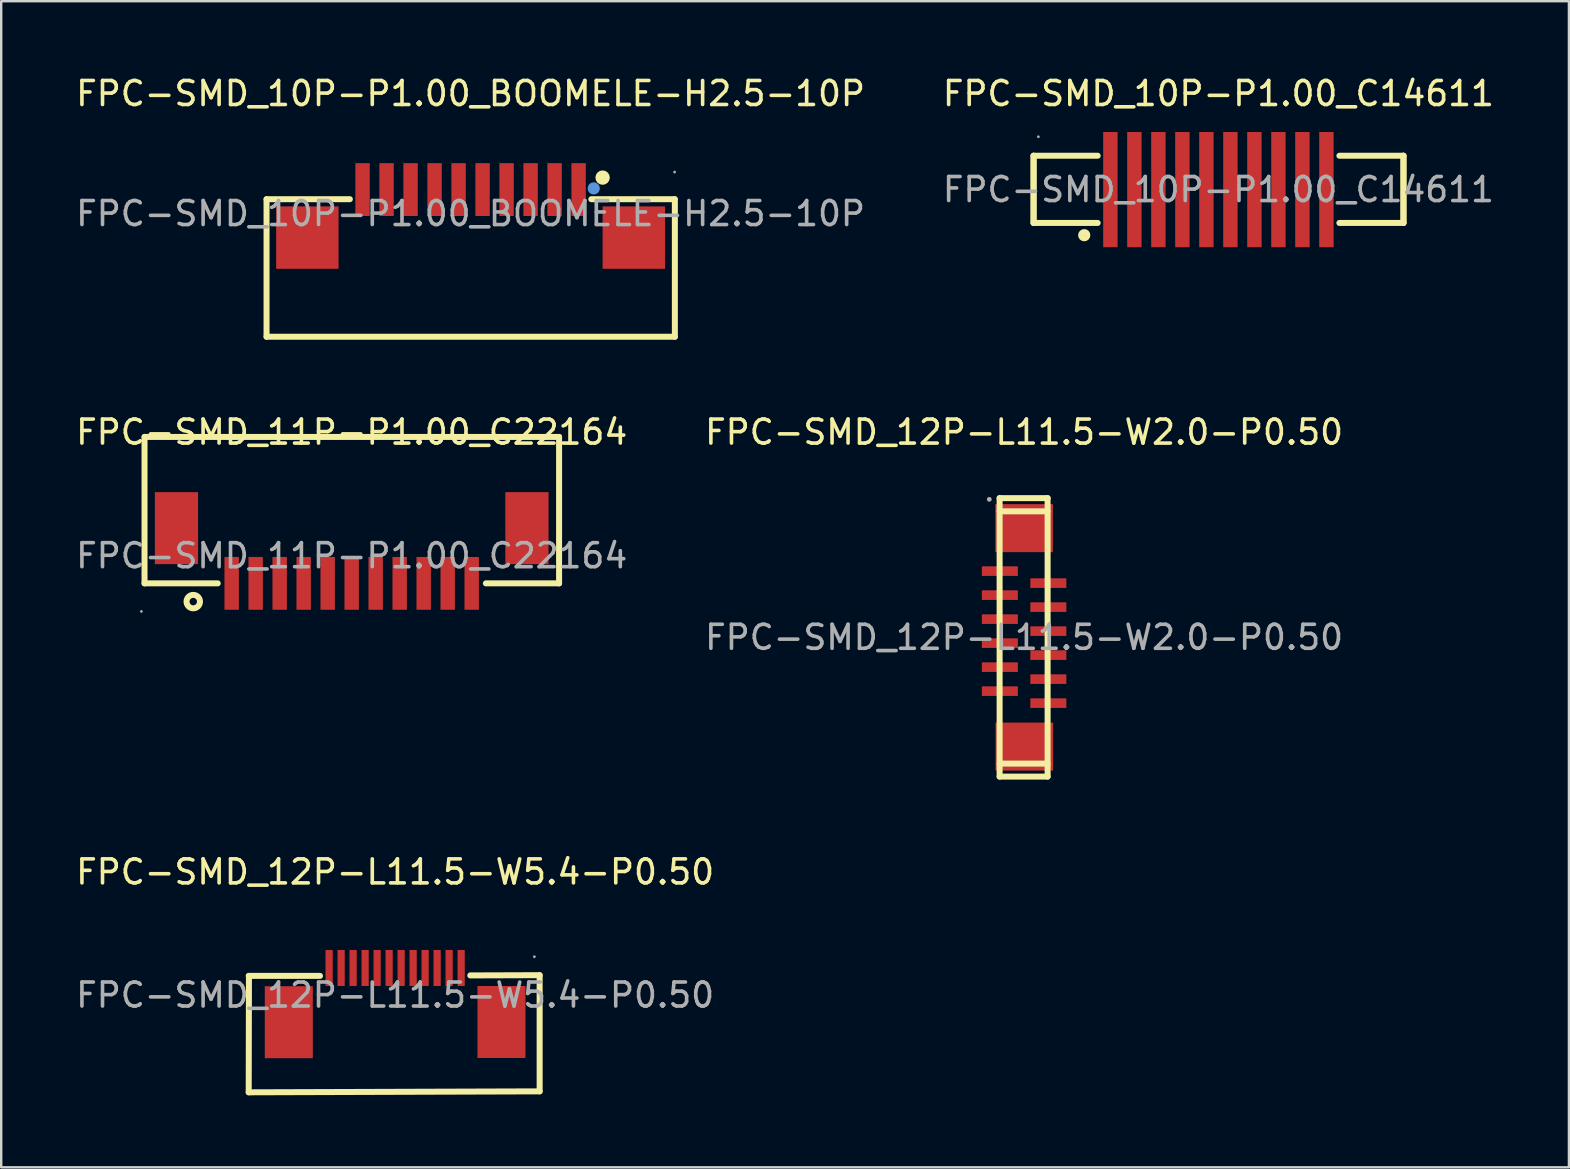
<source format=kicad_pcb>
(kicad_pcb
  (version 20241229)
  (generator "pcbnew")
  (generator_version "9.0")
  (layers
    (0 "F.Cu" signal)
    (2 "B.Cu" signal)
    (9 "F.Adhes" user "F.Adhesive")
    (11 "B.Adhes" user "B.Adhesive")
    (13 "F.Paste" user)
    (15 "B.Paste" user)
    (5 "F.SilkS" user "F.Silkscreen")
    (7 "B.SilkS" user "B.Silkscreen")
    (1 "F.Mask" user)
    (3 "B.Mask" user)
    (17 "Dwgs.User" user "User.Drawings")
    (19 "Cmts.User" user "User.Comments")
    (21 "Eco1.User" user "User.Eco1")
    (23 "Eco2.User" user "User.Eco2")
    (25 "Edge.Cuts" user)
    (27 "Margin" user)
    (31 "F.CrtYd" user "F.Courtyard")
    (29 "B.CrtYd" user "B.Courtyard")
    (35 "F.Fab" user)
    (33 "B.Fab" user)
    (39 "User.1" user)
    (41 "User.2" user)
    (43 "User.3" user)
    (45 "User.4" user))
  (footprint "FPC-SMD_12P-L11.5-W2.0-P0.50"
    (layer "F.Cu")
    (at 39.613 23.502)
    (property "Reference" "FPC-SMD_12P-L11.5-W2.0-P0.50" (at 0 -8.55 0) (layer "F.SilkS") (effects (font (size 1 1) (thickness 0.15))))
    (attr through_hole)
    (fp_line (start -1.02 -5.8) (end -1.02 5.8) (stroke (width 0.25) (type solid)) (layer "F.SilkS"))
    (fp_line (start -1.02 5.8) (end 0.98 5.8) (stroke (width 0.25) (type solid)) (layer "F.SilkS"))
    (fp_line (start 0.98 -5.8) (end -1.02 -5.8) (stroke (width 0.25) (type solid)) (layer "F.SilkS"))
    (fp_line (start 0.98 -5.25) (end -1.02 -5.25) (stroke (width 0.25) (type solid)) (layer "F.SilkS"))
    (fp_line (start 0.98 5.26) (end -1.02 5.26) (stroke (width 0.25) (type solid)) (layer "F.SilkS"))
    (fp_line (start 0.98 5.8) (end 0.98 -5.8) (stroke (width 0.25) (type solid)) (layer "F.SilkS"))
    (fp_circle (center -1.45 -5.75) (end -1.4 -5.75) (stroke (width 0.1) (type solid)) (fill no) (layer "F.Fab"))
    (fp_text user "${REFERENCE}" (at 0 0 0) (layer "F.Fab") (effects (font (size 1 1) (thickness 0.15))))
    (pad "1" smd rect (at -1.01 -2.76 270) (size 0.4 1.5) (layers "F.Cu" "F.Mask" "F.Paste"))
    (pad "2" smd rect (at 1.01 -2.26 270) (size 0.4 1.5) (layers "F.Cu" "F.Mask" "F.Paste"))
    (pad "3" smd rect (at -1.01 -1.76 270) (size 0.4 1.5) (layers "F.Cu" "F.Mask" "F.Paste"))
    (pad "4" smd rect (at 1.01 -1.26 270) (size 0.4 1.5) (layers "F.Cu" "F.Mask" "F.Paste"))
    (pad "5" smd rect (at -1.01 -0.76 270) (size 0.4 1.5) (layers "F.Cu" "F.Mask" "F.Paste"))
    (pad "6" smd rect (at 1.01 -0.26 270) (size 0.4 1.5) (layers "F.Cu" "F.Mask" "F.Paste"))
    (pad "7" smd rect (at -1.01 0.24 270) (size 0.4 1.5) (layers "F.Cu" "F.Mask" "F.Paste"))
    (pad "8" smd rect (at 1.01 0.74 270) (size 0.4 1.5) (layers "F.Cu" "F.Mask" "F.Paste"))
    (pad "9" smd rect (at -1.01 1.24 270) (size 0.4 1.5) (layers "F.Cu" "F.Mask" "F.Paste"))
    (pad "10" smd rect (at 1.01 1.74 270) (size 0.4 1.5) (layers "F.Cu" "F.Mask" "F.Paste"))
    (pad "11" smd rect (at -1.01 2.24 270) (size 0.4 1.5) (layers "F.Cu" "F.Mask" "F.Paste"))
    (pad "12" smd rect (at 1.01 2.74 270) (size 0.4 1.5) (layers "F.Cu" "F.Mask" "F.Paste"))
    (pad "13" smd rect (at 0.01 4.55 270) (size 2 2.4) (layers "F.Cu" "F.Mask" "F.Paste"))
    (pad "14" smd rect (at 0 -4.55 270) (size 2 2.4) (layers "F.Cu" "F.Mask" "F.Paste")))
  (footprint "FPC-SMD_12P-L11.5-W5.4-P0.50"
    (layer "F.Cu")
    (at 13.411 38.405)
    (property "Reference" "FPC-SMD_12P-L11.5-W5.4-P0.50" (at 0 -5.13 0) (layer "F.SilkS") (effects (font (size 1 1) (thickness 0.15))))
    (attr through_hole)
    (fp_line (start -6.1 4.05) (end 6.02 4.01) (stroke (width 0.25) (type solid)) (layer "F.SilkS"))
    (fp_line (start -6.09 -0.8) (end -6.1 4.05) (stroke (width 0.25) (type solid)) (layer "F.SilkS"))
    (fp_line (start -3.13 -0.8) (end -6.1 -0.8) (stroke (width 0.25) (type solid)) (layer "F.SilkS"))
    (fp_line (start 6.02 -0.83) (end 3.13 -0.82) (stroke (width 0.25) (type solid)) (layer "F.SilkS"))
    (fp_line (start 6.02 4.01) (end 6.02 -0.83) (stroke (width 0.25) (type solid)) (layer "F.SilkS"))
    (fp_circle (center 5.8 -1.6) (end 5.83 -1.6) (stroke (width 0.06) (type solid)) (fill no) (layer "F.Fab"))
    (fp_text user "${REFERENCE}" (at 0 0 0) (layer "F.Fab") (effects (font (size 1 1) (thickness 0.15))))
    (pad "1" smd rect (at 2.75 -1.13 180) (size 0.3 1.5) (layers "F.Cu" "F.Mask" "F.Paste"))
    (pad "2" smd rect (at 2.25 -1.13 180) (size 0.3 1.5) (layers "F.Cu" "F.Mask" "F.Paste"))
    (pad "3" smd rect (at 1.75 -1.13 180) (size 0.3 1.5) (layers "F.Cu" "F.Mask" "F.Paste"))
    (pad "4" smd rect (at 1.25 -1.13 180) (size 0.3 1.5) (layers "F.Cu" "F.Mask" "F.Paste"))
    (pad "5" smd rect (at 0.75 -1.13 180) (size 0.3 1.5) (layers "F.Cu" "F.Mask" "F.Paste"))
    (pad "6" smd rect (at 0.25 -1.13 180) (size 0.3 1.5) (layers "F.Cu" "F.Mask" "F.Paste"))
    (pad "7" smd rect (at -0.25 -1.13 180) (size 0.3 1.5) (layers "F.Cu" "F.Mask" "F.Paste"))
    (pad "8" smd rect (at -0.75 -1.13 180) (size 0.3 1.5) (layers "F.Cu" "F.Mask" "F.Paste"))
    (pad "9" smd rect (at -1.25 -1.13 180) (size 0.3 1.5) (layers "F.Cu" "F.Mask" "F.Paste"))
    (pad "10" smd rect (at -1.75 -1.13 180) (size 0.3 1.5) (layers "F.Cu" "F.Mask" "F.Paste"))
    (pad "11" smd rect (at -2.25 -1.13 180) (size 0.3 1.5) (layers "F.Cu" "F.Mask" "F.Paste"))
    (pad "12" smd rect (at -2.75 -1.13 180) (size 0.3 1.5) (layers "F.Cu" "F.Mask" "F.Paste"))
    (pad "13" smd rect (at 4.43 1.12 180) (size 2 3) (layers "F.Cu" "F.Mask" "F.Paste"))
    (pad "14" smd rect (at -4.43 1.13) (size 2 3) (layers "F.Cu" "F.Mask" "F.Paste")))
  (footprint "FPC-SMD_10P-P1.00_C14611"
    (layer "F.Cu")
    (at 47.708 4.848)
    (property "Reference" "FPC-SMD_10P-P1.00_C14611" (at 0 -4 0) (layer "F.SilkS") (effects (font (size 1 1) (thickness 0.15))))
    (attr through_hole)
    (fp_line (start -7.7 -1.41) (end -7.7 1.39) (stroke (width 0.25) (type solid)) (layer "F.SilkS"))
    (fp_line (start -7.7 -1.41) (end -5.03 -1.41) (stroke (width 0.25) (type solid)) (layer "F.SilkS"))
    (fp_line (start -7.7 1.39) (end -7.7 -1.41) (stroke (width 0.25) (type solid)) (layer "F.SilkS"))
    (fp_line (start -5.03 1.39) (end -7.7 1.39) (stroke (width 0.25) (type solid)) (layer "F.SilkS"))
    (fp_line (start 5.04 -1.41) (end 7.71 -1.41) (stroke (width 0.25) (type solid)) (layer "F.SilkS"))
    (fp_line (start 7.71 -1.41) (end 7.71 1.39) (stroke (width 0.25) (type solid)) (layer "F.SilkS"))
    (fp_line (start 7.71 1.39) (end 5.04 1.39) (stroke (width 0.25) (type solid)) (layer "F.SilkS"))
    (fp_line (start 7.71 1.39) (end 7.71 -1.41) (stroke (width 0.25) (type solid)) (layer "F.SilkS"))
    (fp_circle (center -5.59 1.9) (end -5.46 1.9) (stroke (width 0.25) (type solid)) (fill no) (layer "F.SilkS"))
    (fp_circle (center -7.5 -2.2) (end -7.47 -2.2) (stroke (width 0.06) (type solid)) (fill no) (layer "F.Fab"))
    (fp_text user "${REFERENCE}" (at 0 0 0) (layer "F.Fab") (effects (font (size 1 1) (thickness 0.15))))
    (pad "1" smd rect (at -4.5 0) (size 0.6 4.8) (layers "F.Cu" "F.Mask" "F.Paste"))
    (pad "2" smd rect (at -3.5 0) (size 0.6 4.8) (layers "F.Cu" "F.Mask" "F.Paste"))
    (pad "3" smd rect (at -2.5 0) (size 0.6 4.8) (layers "F.Cu" "F.Mask" "F.Paste"))
    (pad "4" smd rect (at -1.5 0) (size 0.6 4.8) (layers "F.Cu" "F.Mask" "F.Paste"))
    (pad "5" smd rect (at -0.5 0) (size 0.6 4.8) (layers "F.Cu" "F.Mask" "F.Paste"))
    (pad "6" smd rect (at 0.5 0) (size 0.6 4.8) (layers "F.Cu" "F.Mask" "F.Paste"))
    (pad "7" smd rect (at 1.5 0) (size 0.6 4.8) (layers "F.Cu" "F.Mask" "F.Paste"))
    (pad "8" smd rect (at 2.5 0) (size 0.6 4.8) (layers "F.Cu" "F.Mask" "F.Paste"))
    (pad "9" smd rect (at 3.5 0) (size 0.6 4.8) (layers "F.Cu" "F.Mask" "F.Paste"))
    (pad "10" smd rect (at 4.5 0) (size 0.6 4.8) (layers "F.Cu" "F.Mask" "F.Paste")))
  (footprint "FPC-SMD_11P-P1.00_C22164"
    (layer "F.Cu")
    (at 11.601 20.102)
    (property "Reference" "FPC-SMD_11P-P1.00_C22164" (at 0 -5.15 0) (layer "F.SilkS") (effects (font (size 1 1) (thickness 0.15))))
    (attr through_hole)
    (fp_line (start -8.63 -4.95) (end -8.63 1.15) (stroke (width 0.25) (type solid)) (layer "F.SilkS"))
    (fp_line (start -8.63 1.15) (end -5.58 1.15) (stroke (width 0.25) (type solid)) (layer "F.SilkS"))
    (fp_line (start 8.64 -4.95) (end -8.63 -4.95) (stroke (width 0.25) (type solid)) (layer "F.SilkS"))
    (fp_line (start 8.64 -4.95) (end 8.64 1.15) (stroke (width 0.25) (type solid)) (layer "F.SilkS"))
    (fp_line (start 8.64 1.15) (end 5.59 1.15) (stroke (width 0.25) (type solid)) (layer "F.SilkS"))
    (fp_circle (center -6.6 1.91) (end -6.32 1.91) (stroke (width 0.25) (type solid)) (fill no) (layer "F.SilkS"))
    (fp_circle (center -8.76 2.32) (end -8.73 2.32) (stroke (width 0.06) (type solid)) (fill no) (layer "F.Fab"))
    (fp_text user "${REFERENCE}" (at 0 0 0) (layer "F.Fab") (effects (font (size 1 1) (thickness 0.15))))
    (pad "1" smd rect (at -5 1.15) (size 0.6 2.2) (layers "F.Cu" "F.Mask" "F.Paste"))
    (pad "2" smd rect (at -4 1.15) (size 0.6 2.2) (layers "F.Cu" "F.Mask" "F.Paste"))
    (pad "3" smd rect (at -3 1.15) (size 0.6 2.2) (layers "F.Cu" "F.Mask" "F.Paste"))
    (pad "4" smd rect (at -2 1.15) (size 0.6 2.2) (layers "F.Cu" "F.Mask" "F.Paste"))
    (pad "5" smd rect (at -1 1.15) (size 0.6 2.2) (layers "F.Cu" "F.Mask" "F.Paste"))
    (pad "6" smd rect (at 0 1.15) (size 0.6 2.2) (layers "F.Cu" "F.Mask" "F.Paste"))
    (pad "7" smd rect (at 1 1.15) (size 0.6 2.2) (layers "F.Cu" "F.Mask" "F.Paste"))
    (pad "8" smd rect (at 2 1.15) (size 0.6 2.2) (layers "F.Cu" "F.Mask" "F.Paste"))
    (pad "9" smd rect (at 3 1.15) (size 0.6 2.2) (layers "F.Cu" "F.Mask" "F.Paste"))
    (pad "10" smd rect (at 4 1.15) (size 0.6 2.2) (layers "F.Cu" "F.Mask" "F.Paste"))
    (pad "11" smd rect (at 5 1.15) (size 0.6 2.2) (layers "F.Cu" "F.Mask" "F.Paste"))
    (pad "12" smd rect (at 7.3 -1.15) (size 1.8 3) (layers "F.Cu" "F.Mask" "F.Paste"))
    (pad "13" smd rect (at -7.3 -1.15) (size 1.8 3) (layers "F.Cu" "F.Mask" "F.Paste")))
  (footprint "FPC-SMD_10P-P1.00_BOOMELE-H2.5-10P"
    (layer "F.Cu")
    (at 16.554 5.848)
    (property "Reference" "FPC-SMD_10P-P1.00_BOOMELE-H2.5-10P" (at 0 -5 0) (layer "F.SilkS") (effects (font (size 1 1) (thickness 0.15))))
    (attr through_hole)
    (fp_line (start -8.5 -0.6) (end -8.5 5.13) (stroke (width 0.25) (type solid)) (layer "F.SilkS"))
    (fp_line (start -8.5 -0.6) (end -5.03 -0.6) (stroke (width 0.25) (type solid)) (layer "F.SilkS"))
    (fp_line (start -8.5 5.13) (end 8.51 5.13) (stroke (width 0.25) (type solid)) (layer "F.SilkS"))
    (fp_line (start 5.03 -0.6) (end 8.5 -0.6) (stroke (width 0.25) (type solid)) (layer "F.SilkS"))
    (fp_line (start 8.51 5.13) (end 8.51 -0.6) (stroke (width 0.25) (type solid)) (layer "F.SilkS"))
    (fp_arc (start 5.649667 -1.490007) (mid 5.350083 -1.504999) (end 5.65 -1.5) (stroke (width 0.3) (type solid)) (layer "F.SilkS"))
    (fp_circle (center 5.13 -1.05) (end 5.26 -1.05) (stroke (width 0.25) (type solid)) (fill no) (layer "Cmts.User"))
    (fp_circle (center 8.5 -1.73) (end 8.53 -1.73) (stroke (width 0.06) (type solid)) (fill no) (layer "F.Fab"))
    (fp_text user "${REFERENCE}" (at 0 0 0) (layer "F.Fab") (effects (font (size 1 1) (thickness 0.15))))
    (pad "1" smd rect (at 4.5 -1 180) (size 0.6 2.2) (layers "F.Cu" "F.Mask" "F.Paste"))
    (pad "2" smd rect (at 3.5 -1 180) (size 0.6 2.2) (layers "F.Cu" "F.Mask" "F.Paste"))
    (pad "3" smd rect (at 2.5 -1 180) (size 0.6 2.2) (layers "F.Cu" "F.Mask" "F.Paste"))
    (pad "4" smd rect (at 1.5 -1 180) (size 0.6 2.2) (layers "F.Cu" "F.Mask" "F.Paste"))
    (pad "5" smd rect (at 0.5 -1 180) (size 0.6 2.2) (layers "F.Cu" "F.Mask" "F.Paste"))
    (pad "6" smd rect (at -0.5 -1 180) (size 0.6 2.2) (layers "F.Cu" "F.Mask" "F.Paste"))
    (pad "7" smd rect (at -1.5 -1 180) (size 0.6 2.2) (layers "F.Cu" "F.Mask" "F.Paste"))
    (pad "8" smd rect (at -2.5 -1 180) (size 0.6 2.2) (layers "F.Cu" "F.Mask" "F.Paste"))
    (pad "9" smd rect (at -3.5 -1 180) (size 0.6 2.2) (layers "F.Cu" "F.Mask" "F.Paste"))
    (pad "10" smd rect (at -4.5 -1 180) (size 0.6 2.2) (layers "F.Cu" "F.Mask" "F.Paste"))
    (pad "11" smd rect (at 6.8 1) (size 2.6 2.6) (layers "F.Cu" "F.Mask" "F.Paste"))
    (pad "12" smd rect (at -6.8 1) (size 2.6 2.6) (layers "F.Cu" "F.Mask" "F.Paste")))
  (gr_rect
    (start -3 -3)
    (end 62.31 45.58)
    (stroke (width 0.1) (type default))
    (fill no)
    (layer "Edge.Cuts")))
</source>
